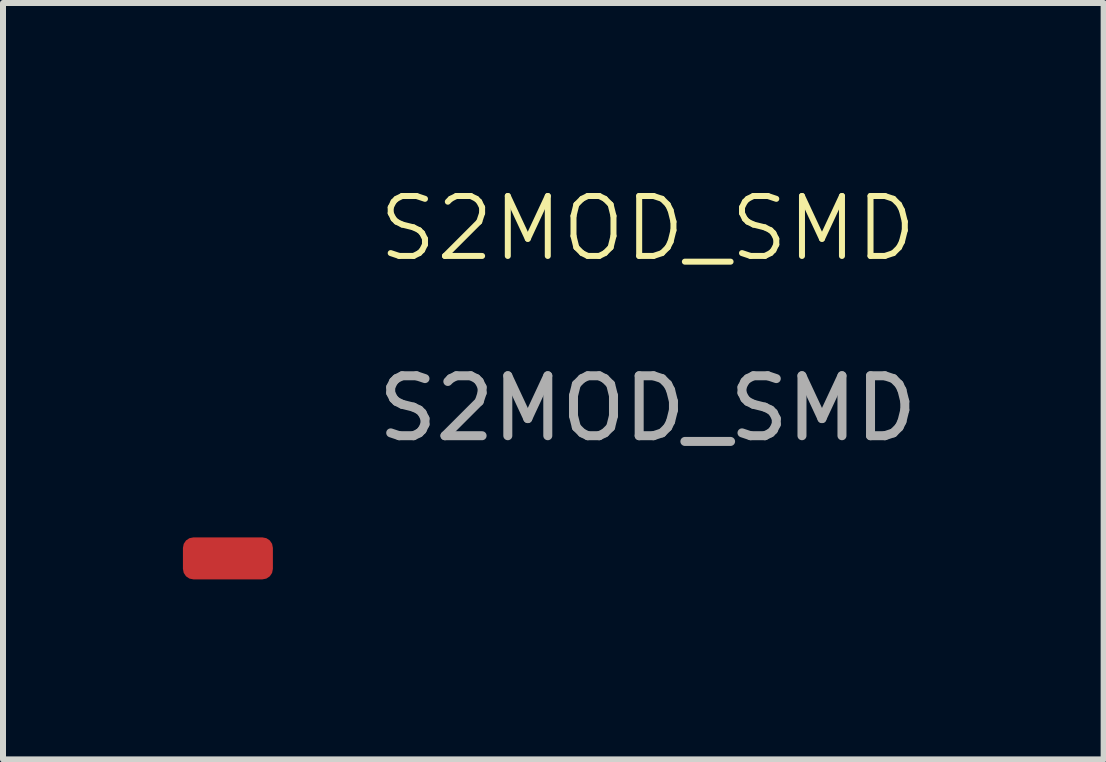
<source format=kicad_pcb>
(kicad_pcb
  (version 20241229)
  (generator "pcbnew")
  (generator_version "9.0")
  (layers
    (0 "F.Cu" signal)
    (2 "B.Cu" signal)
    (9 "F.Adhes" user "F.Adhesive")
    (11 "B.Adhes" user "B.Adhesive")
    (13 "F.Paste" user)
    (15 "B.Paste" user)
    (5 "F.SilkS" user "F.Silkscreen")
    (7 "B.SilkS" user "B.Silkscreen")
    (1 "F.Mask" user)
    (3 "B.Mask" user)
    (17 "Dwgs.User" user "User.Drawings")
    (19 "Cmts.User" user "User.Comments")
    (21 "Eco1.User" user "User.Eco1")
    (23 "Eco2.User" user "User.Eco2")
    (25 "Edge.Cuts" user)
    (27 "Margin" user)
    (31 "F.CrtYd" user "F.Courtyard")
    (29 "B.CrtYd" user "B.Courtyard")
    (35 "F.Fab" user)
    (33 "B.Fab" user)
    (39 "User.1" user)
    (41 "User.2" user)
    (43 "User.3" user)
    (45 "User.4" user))
  (footprint "S2MOD_SMD"
    (layer "F.Cu")
    (at 7.75 1.26)
    (property "Reference" "S2MOD_SMD" (at 0 -0.5 0) (unlocked yes) (layer "F.SilkS") (effects (font (size 1 1) (thickness 0.1))))
    (attr smd)
    (fp_text user "${REFERENCE}" (at 0 2.5 0) (unlocked yes) (layer "F.Fab") (effects (font (size 1 1) (thickness 0.15))))
    (pad "1" smd roundrect (at -7 5) (size 1.5 0.7) (layers "F.Cu" "F.Mask" "F.Paste") (roundrect_rratio 0.25)))
  (gr_rect
    (start -3 -3)
    (end 15.351 9.611)
    (stroke (width 0.1) (type default))
    (fill no)
    (layer "Edge.Cuts")))
</source>
